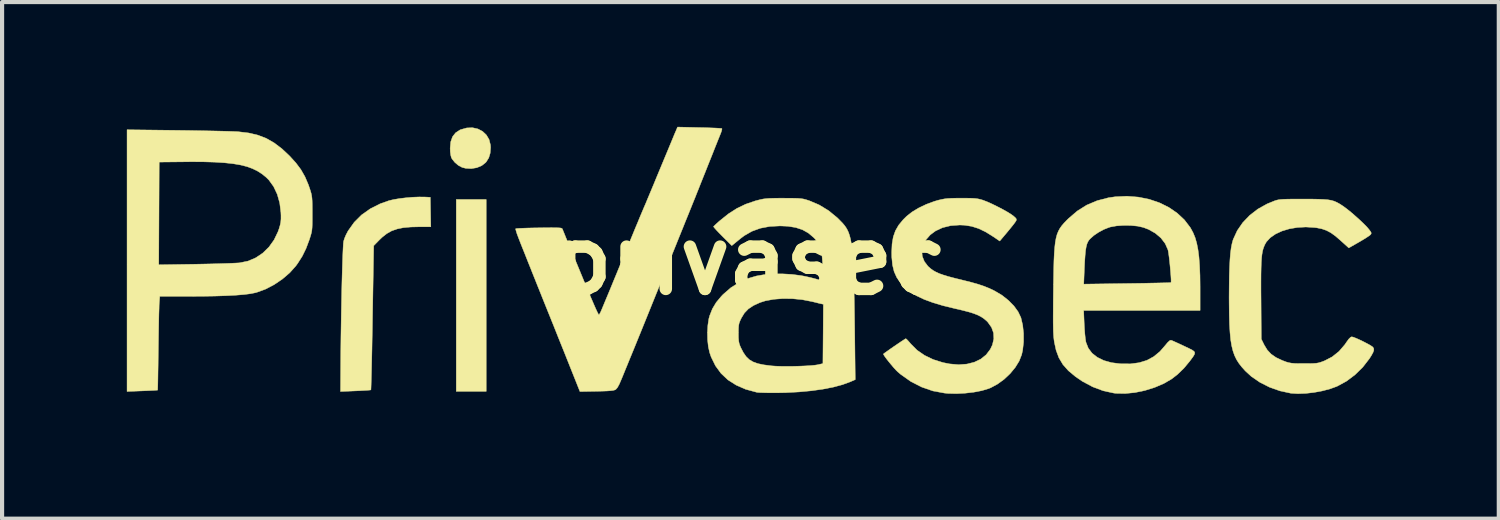
<source format=kicad_pcb>
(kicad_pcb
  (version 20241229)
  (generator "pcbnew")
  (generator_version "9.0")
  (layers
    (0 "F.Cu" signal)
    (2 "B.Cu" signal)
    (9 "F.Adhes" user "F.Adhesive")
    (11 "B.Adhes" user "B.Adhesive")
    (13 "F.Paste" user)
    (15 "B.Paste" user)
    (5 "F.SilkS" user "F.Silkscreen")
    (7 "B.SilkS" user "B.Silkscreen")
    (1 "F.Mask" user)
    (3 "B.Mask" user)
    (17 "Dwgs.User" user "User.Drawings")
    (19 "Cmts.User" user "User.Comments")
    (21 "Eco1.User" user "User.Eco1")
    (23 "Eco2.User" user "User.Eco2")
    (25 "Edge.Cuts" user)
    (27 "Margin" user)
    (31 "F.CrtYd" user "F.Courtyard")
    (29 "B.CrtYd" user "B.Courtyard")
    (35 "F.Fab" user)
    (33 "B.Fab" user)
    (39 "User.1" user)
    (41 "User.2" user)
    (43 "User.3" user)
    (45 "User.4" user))
  (footprint "privasec"
    (layer "F.Cu")
    (at 14.991 3.207)
    (property "Reference" "privasec" (at 0 0 0) (layer "F.SilkS") (effects (font (size 1.524 1.524) (thickness 0.3))))
    (attr through_hole)
    (fp_poly (pts (xy -6.35 3.154) (xy -7.07 3.154) (xy -7.07 -1.46) (xy -6.35 -1.46) (xy -6.35 3.154)) (stroke (width 0.01) (type solid)) (fill yes) (layer "F.SilkS"))
    (fp_poly (pts (xy -6.55 -3.157) (xy -6.437 -3.098) (xy -6.346 -3.012) (xy -6.281 -2.902) (xy -6.248 -2.771) (xy -6.244 -2.71) (xy -6.255 -2.573) (xy -6.288 -2.463) (xy -6.347 -2.368) (xy -6.364 -2.348) (xy -6.458 -2.274) (xy -6.576 -2.225) (xy -6.708 -2.203) (xy -6.842 -2.21) (xy -6.929 -2.232) (xy -7.02 -2.281) (xy -7.105 -2.353) (xy -7.171 -2.436) (xy -7.189 -2.471) (xy -7.203 -2.527) (xy -7.214 -2.608) (xy -7.217 -2.693) (xy -7.203 -2.846) (xy -7.16 -2.969) (xy -7.087 -3.063) (xy -6.984 -3.131) (xy -6.964 -3.14) (xy -6.818 -3.181) (xy -6.678 -3.186) (xy -6.55 -3.157)) (stroke (width 0.01) (type solid)) (fill yes) (layer "F.SilkS"))
    (fp_poly (pts (xy -7.832 -1.52) (xy -7.694 -1.513) (xy -7.688 -1.159) (xy -7.682 -0.804) (xy -7.949 -0.804) (xy -8.162 -0.799) (xy -8.341 -0.783) (xy -8.492 -0.752) (xy -8.623 -0.706) (xy -8.739 -0.641) (xy -8.848 -0.556) (xy -8.917 -0.49) (xy -9.055 -0.349) (xy -9.084 1.379) (xy -9.088 1.646) (xy -9.093 1.9) (xy -9.097 2.139) (xy -9.102 2.359) (xy -9.106 2.558) (xy -9.11 2.731) (xy -9.114 2.876) (xy -9.117 2.99) (xy -9.12 3.07) (xy -9.122 3.112) (xy -9.123 3.118) (xy -9.146 3.122) (xy -9.205 3.127) (xy -9.292 3.132) (xy -9.4 3.138) (xy -9.493 3.142) (xy -9.853 3.157) (xy -9.848 2.377) (xy -9.846 2.121) (xy -9.843 1.858) (xy -9.839 1.592) (xy -9.835 1.328) (xy -9.83 1.067) (xy -9.825 0.816) (xy -9.82 0.576) (xy -9.814 0.352) (xy -9.808 0.148) (xy -9.802 -0.033) (xy -9.796 -0.187) (xy -9.79 -0.311) (xy -9.785 -0.4) (xy -9.779 -0.45) (xy -9.779 -0.454) (xy -9.757 -0.525) (xy -9.72 -0.612) (xy -9.674 -0.7) (xy -9.669 -0.708) (xy -9.524 -0.912) (xy -9.347 -1.089) (xy -9.138 -1.237) (xy -8.898 -1.358) (xy -8.689 -1.432) (xy -8.579 -1.458) (xy -8.439 -1.482) (xy -8.281 -1.501) (xy -8.119 -1.515) (xy -7.965 -1.521) (xy -7.832 -1.52)) (stroke (width 0.01) (type solid)) (fill yes) (layer "F.SilkS"))
    (fp_poly (pts (xy -13.774 -3.123) (xy -13.543 -3.12) (xy -13.317 -3.116) (xy -13.101 -3.112) (xy -12.901 -3.108) (xy -12.721 -3.104) (xy -12.565 -3.1) (xy -12.44 -3.096) (xy -12.349 -3.092) (xy -12.314 -3.09) (xy -12.063 -3.06) (xy -11.841 -3.008) (xy -11.638 -2.93) (xy -11.448 -2.821) (xy -11.262 -2.68) (xy -11.081 -2.51) (xy -10.927 -2.341) (xy -10.805 -2.178) (xy -10.708 -2.008) (xy -10.628 -1.82) (xy -10.602 -1.746) (xy -10.578 -1.673) (xy -10.56 -1.612) (xy -10.548 -1.556) (xy -10.54 -1.497) (xy -10.535 -1.425) (xy -10.533 -1.333) (xy -10.532 -1.212) (xy -10.532 -1.122) (xy -10.532 -0.979) (xy -10.533 -0.871) (xy -10.536 -0.788) (xy -10.542 -0.722) (xy -10.552 -0.665) (xy -10.567 -0.609) (xy -10.587 -0.544) (xy -10.602 -0.497) (xy -10.682 -0.283) (xy -10.773 -0.097) (xy -10.883 0.076) (xy -10.928 0.138) (xy -11.074 0.301) (xy -11.251 0.453) (xy -11.449 0.587) (xy -11.658 0.696) (xy -11.866 0.772) (xy -11.898 0.781) (xy -12.017 0.805) (xy -12.175 0.825) (xy -12.37 0.841) (xy -12.605 0.853) (xy -12.879 0.862) (xy -13.195 0.867) (xy -13.476 0.868) (xy -14.199 0.868) (xy -14.211 1.021) (xy -14.214 1.074) (xy -14.216 1.165) (xy -14.22 1.287) (xy -14.223 1.436) (xy -14.226 1.608) (xy -14.229 1.796) (xy -14.232 1.996) (xy -14.234 2.147) (xy -14.237 2.346) (xy -14.239 2.531) (xy -14.242 2.698) (xy -14.244 2.843) (xy -14.246 2.963) (xy -14.248 3.052) (xy -14.25 3.107) (xy -14.251 3.123) (xy -14.273 3.125) (xy -14.33 3.129) (xy -14.415 3.133) (xy -14.522 3.138) (xy -14.621 3.142) (xy -14.986 3.156) (xy -14.986 0.11) (xy -14.224 0.11) (xy -13.34 0.096) (xy -13.143 0.092) (xy -12.952 0.088) (xy -12.773 0.083) (xy -12.612 0.078) (xy -12.475 0.073) (xy -12.366 0.068) (xy -12.293 0.064) (xy -12.277 0.062) (xy -12.077 0.021) (xy -11.89 -0.059) (xy -11.721 -0.173) (xy -11.573 -0.318) (xy -11.45 -0.49) (xy -11.356 -0.686) (xy -11.331 -0.756) (xy -11.305 -0.845) (xy -11.29 -0.918) (xy -11.284 -0.992) (xy -11.284 -1.081) (xy -11.287 -1.149) (xy -11.315 -1.376) (xy -11.374 -1.585) (xy -11.461 -1.77) (xy -11.574 -1.927) (xy -11.641 -1.994) (xy -11.741 -2.075) (xy -11.849 -2.144) (xy -11.969 -2.203) (xy -12.104 -2.252) (xy -12.259 -2.291) (xy -12.436 -2.321) (xy -12.639 -2.343) (xy -12.872 -2.358) (xy -13.138 -2.366) (xy -13.441 -2.368) (xy -13.61 -2.366) (xy -14.213 -2.36) (xy -14.224 0.11) (xy -14.986 0.11) (xy -14.986 -3.137) (xy -13.774 -3.123)) (stroke (width 0.01) (type solid)) (fill yes) (layer "F.SilkS"))
    (fp_poly (pts (xy 13.505 -1.47) (xy 13.66 -1.467) (xy 13.785 -1.462) (xy 13.885 -1.454) (xy 13.968 -1.44) (xy 14.038 -1.42) (xy 14.102 -1.392) (xy 14.166 -1.357) (xy 14.236 -1.312) (xy 14.263 -1.294) (xy 14.345 -1.233) (xy 14.442 -1.155) (xy 14.547 -1.064) (xy 14.652 -0.97) (xy 14.747 -0.88) (xy 14.825 -0.801) (xy 14.875 -0.742) (xy 14.915 -0.689) (xy 14.931 -0.656) (xy 14.926 -0.632) (xy 14.91 -0.611) (xy 14.878 -0.586) (xy 14.818 -0.546) (xy 14.738 -0.496) (xy 14.645 -0.441) (xy 14.633 -0.434) (xy 14.391 -0.296) (xy 14.196 -0.472) (xy 14.07 -0.581) (xy 13.959 -0.661) (xy 13.853 -0.717) (xy 13.743 -0.755) (xy 13.619 -0.78) (xy 13.571 -0.786) (xy 13.359 -0.799) (xy 13.155 -0.788) (xy 12.961 -0.755) (xy 12.785 -0.702) (xy 12.631 -0.631) (xy 12.504 -0.543) (xy 12.41 -0.441) (xy 12.371 -0.373) (xy 12.349 -0.321) (xy 12.33 -0.267) (xy 12.315 -0.206) (xy 12.303 -0.134) (xy 12.294 -0.048) (xy 12.287 0.057) (xy 12.283 0.184) (xy 12.28 0.338) (xy 12.279 0.523) (xy 12.279 0.743) (xy 12.281 0.966) (xy 12.287 1.895) (xy 12.357 2.037) (xy 12.43 2.157) (xy 12.522 2.256) (xy 12.641 2.339) (xy 12.792 2.41) (xy 12.89 2.447) (xy 12.948 2.463) (xy 13.011 2.475) (xy 13.09 2.482) (xy 13.193 2.485) (xy 13.324 2.485) (xy 13.449 2.485) (xy 13.54 2.482) (xy 13.61 2.477) (xy 13.666 2.467) (xy 13.721 2.451) (xy 13.783 2.428) (xy 13.811 2.417) (xy 13.992 2.323) (xy 14.156 2.192) (xy 14.297 2.028) (xy 14.329 1.98) (xy 14.389 1.897) (xy 14.435 1.852) (xy 14.462 1.841) (xy 14.502 1.851) (xy 14.569 1.877) (xy 14.652 1.914) (xy 14.743 1.958) (xy 14.83 2.003) (xy 14.905 2.044) (xy 14.956 2.078) (xy 14.971 2.09) (xy 14.991 2.124) (xy 14.993 2.164) (xy 14.974 2.218) (xy 14.933 2.293) (xy 14.885 2.368) (xy 14.727 2.572) (xy 14.54 2.755) (xy 14.333 2.91) (xy 14.112 3.03) (xy 14.106 3.033) (xy 13.944 3.092) (xy 13.756 3.142) (xy 13.556 3.179) (xy 13.356 3.202) (xy 13.168 3.209) (xy 13.004 3.199) (xy 12.996 3.198) (xy 12.736 3.142) (xy 12.487 3.054) (xy 12.255 2.937) (xy 12.048 2.795) (xy 11.903 2.662) (xy 11.822 2.572) (xy 11.752 2.483) (xy 11.693 2.391) (xy 11.645 2.292) (xy 11.606 2.181) (xy 11.575 2.055) (xy 11.551 1.91) (xy 11.535 1.74) (xy 11.523 1.543) (xy 11.517 1.314) (xy 11.514 1.049) (xy 11.513 0.896) (xy 11.515 0.613) (xy 11.518 0.369) (xy 11.525 0.16) (xy 11.534 -0.017) (xy 11.546 -0.166) (xy 11.562 -0.29) (xy 11.582 -0.394) (xy 11.605 -0.48) (xy 11.613 -0.503) (xy 11.709 -0.712) (xy 11.842 -0.905) (xy 12.009 -1.079) (xy 12.204 -1.23) (xy 12.426 -1.354) (xy 12.615 -1.431) (xy 12.654 -1.443) (xy 12.697 -1.453) (xy 12.748 -1.46) (xy 12.814 -1.465) (xy 12.9 -1.468) (xy 13.013 -1.47) (xy 13.157 -1.47) (xy 13.314 -1.47) (xy 13.505 -1.47)) (stroke (width 0.01) (type solid)) (fill yes) (layer "F.SilkS"))
    (fp_poly (pts (xy 9.329 -1.518) (xy 9.59 -1.466) (xy 9.835 -1.383) (xy 10.061 -1.272) (xy 10.263 -1.134) (xy 10.438 -0.971) (xy 10.58 -0.785) (xy 10.592 -0.764) (xy 10.649 -0.658) (xy 10.697 -0.54) (xy 10.735 -0.407) (xy 10.765 -0.254) (xy 10.788 -0.077) (xy 10.803 0.129) (xy 10.813 0.367) (xy 10.816 0.642) (xy 10.816 0.693) (xy 10.816 1.206) (xy 8.016 1.206) (xy 8.029 1.529) (xy 8.036 1.654) (xy 8.045 1.774) (xy 8.056 1.879) (xy 8.068 1.957) (xy 8.072 1.975) (xy 8.127 2.115) (xy 8.218 2.236) (xy 8.343 2.334) (xy 8.499 2.411) (xy 8.685 2.463) (xy 8.898 2.49) (xy 8.901 2.49) (xy 9.14 2.492) (xy 9.351 2.464) (xy 9.537 2.407) (xy 9.702 2.317) (xy 9.85 2.195) (xy 9.964 2.064) (xy 10.034 1.98) (xy 10.085 1.933) (xy 10.114 1.923) (xy 10.145 1.934) (xy 10.206 1.961) (xy 10.29 1.999) (xy 10.389 2.045) (xy 10.431 2.065) (xy 10.545 2.119) (xy 10.624 2.159) (xy 10.671 2.192) (xy 10.688 2.226) (xy 10.678 2.267) (xy 10.644 2.323) (xy 10.587 2.4) (xy 10.56 2.436) (xy 10.425 2.598) (xy 10.271 2.747) (xy 10.132 2.855) (xy 9.941 2.966) (xy 9.723 3.059) (xy 9.489 3.132) (xy 9.249 3.182) (xy 9.014 3.205) (xy 8.795 3.201) (xy 8.743 3.195) (xy 8.488 3.14) (xy 8.234 3.045) (xy 7.983 2.911) (xy 7.817 2.797) (xy 7.649 2.657) (xy 7.518 2.509) (xy 7.421 2.347) (xy 7.353 2.164) (xy 7.311 1.97) (xy 7.303 1.913) (xy 7.296 1.853) (xy 7.291 1.785) (xy 7.287 1.706) (xy 7.285 1.611) (xy 7.283 1.496) (xy 7.283 1.356) (xy 7.284 1.186) (xy 7.285 0.983) (xy 7.288 0.742) (xy 7.29 0.575) (xy 8.018 0.575) (xy 9.062 0.56) (xy 9.268 0.557) (xy 9.461 0.554) (xy 9.637 0.55) (xy 9.792 0.547) (xy 9.921 0.544) (xy 10.02 0.542) (xy 10.086 0.539) (xy 10.115 0.537) (xy 10.116 0.537) (xy 10.119 0.513) (xy 10.118 0.454) (xy 10.113 0.37) (xy 10.105 0.268) (xy 10.095 0.156) (xy 10.084 0.043) (xy 10.072 -0.063) (xy 10.06 -0.154) (xy 10.049 -0.223) (xy 10.042 -0.253) (xy 9.976 -0.401) (xy 9.874 -0.535) (xy 9.74 -0.649) (xy 9.577 -0.741) (xy 9.451 -0.789) (xy 9.312 -0.82) (xy 9.148 -0.836) (xy 8.974 -0.838) (xy 8.806 -0.826) (xy 8.658 -0.799) (xy 8.622 -0.788) (xy 8.498 -0.739) (xy 8.373 -0.671) (xy 8.259 -0.594) (xy 8.169 -0.513) (xy 8.146 -0.487) (xy 8.118 -0.444) (xy 8.095 -0.391) (xy 8.077 -0.322) (xy 8.062 -0.233) (xy 8.051 -0.117) (xy 8.041 0.031) (xy 8.032 0.215) (xy 8.032 0.219) (xy 8.018 0.575) (xy 7.29 0.575) (xy 7.292 0.463) (xy 7.296 0.223) (xy 7.301 0.017) (xy 7.309 -0.157) (xy 7.32 -0.305) (xy 7.334 -0.429) (xy 7.353 -0.533) (xy 7.377 -0.622) (xy 7.408 -0.698) (xy 7.445 -0.766) (xy 7.49 -0.83) (xy 7.544 -0.893) (xy 7.607 -0.959) (xy 7.654 -1.005) (xy 7.863 -1.184) (xy 8.091 -1.327) (xy 8.341 -1.432) (xy 8.612 -1.502) (xy 8.777 -1.526) (xy 9.057 -1.539) (xy 9.329 -1.518)) (stroke (width 0.01) (type solid)) (fill yes) (layer "F.SilkS"))
    (fp_poly (pts (xy 5.219 -1.492) (xy 5.324 -1.49) (xy 5.403 -1.485) (xy 5.467 -1.477) (xy 5.523 -1.465) (xy 5.579 -1.449) (xy 5.599 -1.442) (xy 5.696 -1.405) (xy 5.812 -1.353) (xy 5.938 -1.291) (xy 6.064 -1.226) (xy 6.178 -1.162) (xy 6.271 -1.104) (xy 6.324 -1.066) (xy 6.375 -1.021) (xy 6.397 -0.991) (xy 6.397 -0.964) (xy 6.389 -0.946) (xy 6.363 -0.906) (xy 6.312 -0.839) (xy 6.24 -0.75) (xy 6.15 -0.641) (xy 6.052 -0.525) (xy 5.998 -0.461) (xy 5.853 -0.56) (xy 5.666 -0.677) (xy 5.493 -0.761) (xy 5.324 -0.815) (xy 5.152 -0.842) (xy 5.037 -0.847) (xy 4.817 -0.831) (xy 4.622 -0.783) (xy 4.453 -0.704) (xy 4.328 -0.611) (xy 4.221 -0.489) (xy 4.154 -0.36) (xy 4.125 -0.227) (xy 4.135 -0.096) (xy 4.185 0.03) (xy 4.273 0.146) (xy 4.337 0.203) (xy 4.397 0.246) (xy 4.464 0.284) (xy 4.543 0.32) (xy 4.641 0.355) (xy 4.763 0.392) (xy 4.915 0.432) (xy 5.101 0.478) (xy 5.295 0.526) (xy 5.456 0.571) (xy 5.594 0.616) (xy 5.717 0.664) (xy 5.834 0.717) (xy 5.884 0.743) (xy 6.055 0.845) (xy 6.208 0.967) (xy 6.339 1.1) (xy 6.44 1.239) (xy 6.506 1.378) (xy 6.508 1.384) (xy 6.55 1.562) (xy 6.571 1.761) (xy 6.571 1.967) (xy 6.549 2.164) (xy 6.525 2.272) (xy 6.465 2.425) (xy 6.37 2.579) (xy 6.247 2.727) (xy 6.103 2.863) (xy 5.945 2.978) (xy 5.78 3.067) (xy 5.73 3.087) (xy 5.567 3.136) (xy 5.375 3.173) (xy 5.167 3.197) (xy 4.956 3.208) (xy 4.755 3.203) (xy 4.672 3.195) (xy 4.39 3.143) (xy 4.119 3.049) (xy 3.861 2.917) (xy 3.62 2.747) (xy 3.547 2.685) (xy 3.504 2.643) (xy 3.449 2.583) (xy 3.389 2.512) (xy 3.328 2.438) (xy 3.273 2.368) (xy 3.23 2.309) (xy 3.205 2.269) (xy 3.201 2.254) (xy 3.239 2.225) (xy 3.301 2.181) (xy 3.377 2.127) (xy 3.461 2.069) (xy 3.545 2.012) (xy 3.623 1.959) (xy 3.686 1.918) (xy 3.728 1.892) (xy 3.74 1.886) (xy 3.761 1.902) (xy 3.8 1.943) (xy 3.85 2.001) (xy 3.864 2.017) (xy 4.011 2.164) (xy 4.191 2.288) (xy 4.399 2.388) (xy 4.632 2.461) (xy 4.793 2.493) (xy 5.01 2.512) (xy 5.209 2.497) (xy 5.387 2.452) (xy 5.543 2.377) (xy 5.672 2.273) (xy 5.771 2.142) (xy 5.822 2.035) (xy 5.856 1.89) (xy 5.849 1.749) (xy 5.801 1.615) (xy 5.713 1.491) (xy 5.68 1.457) (xy 5.617 1.404) (xy 5.548 1.358) (xy 5.466 1.317) (xy 5.366 1.278) (xy 5.241 1.24) (xy 5.085 1.2) (xy 4.921 1.162) (xy 4.637 1.093) (xy 4.392 1.02) (xy 4.181 0.942) (xy 4.002 0.857) (xy 3.851 0.764) (xy 3.727 0.664) (xy 3.609 0.541) (xy 3.521 0.413) (xy 3.459 0.274) (xy 3.42 0.115) (xy 3.402 -0.072) (xy 3.4 -0.191) (xy 3.409 -0.391) (xy 3.438 -0.561) (xy 3.49 -0.709) (xy 3.568 -0.844) (xy 3.677 -0.976) (xy 3.759 -1.057) (xy 3.888 -1.159) (xy 4.048 -1.256) (xy 4.23 -1.343) (xy 4.421 -1.414) (xy 4.519 -1.443) (xy 4.597 -1.461) (xy 4.669 -1.475) (xy 4.745 -1.484) (xy 4.836 -1.489) (xy 4.949 -1.492) (xy 5.08 -1.492) (xy 5.219 -1.492)) (stroke (width 0.01) (type solid)) (fill yes) (layer "F.SilkS"))
    (fp_poly (pts (xy -1.222 -3.19) (xy -1.077 -3.187) (xy -0.946 -3.182) (xy -0.835 -3.178) (xy -0.75 -3.173) (xy -0.698 -3.169) (xy -0.682 -3.166) (xy -0.683 -3.141) (xy -0.697 -3.09) (xy -0.715 -3.042) (xy -0.737 -2.987) (xy -0.772 -2.901) (xy -0.815 -2.793) (xy -0.864 -2.671) (xy -0.911 -2.551) (xy -0.964 -2.419) (xy -1.016 -2.289) (xy -1.063 -2.17) (xy -1.102 -2.072) (xy -1.127 -2.011) (xy -1.163 -1.92) (xy -1.199 -1.831) (xy -1.226 -1.761) (xy -1.228 -1.757) (xy -1.244 -1.715) (xy -1.275 -1.64) (xy -1.316 -1.535) (xy -1.368 -1.407) (xy -1.427 -1.26) (xy -1.492 -1.099) (xy -1.556 -0.942) (xy -1.62 -0.782) (xy -1.679 -0.637) (xy -1.734 -0.501) (xy -1.787 -0.369) (xy -1.84 -0.238) (xy -1.895 -0.101) (xy -1.955 0.046) (xy -2.02 0.207) (xy -2.093 0.388) (xy -2.175 0.592) (xy -2.27 0.826) (xy -2.378 1.093) (xy -2.398 1.143) (xy -2.496 1.385) (xy -2.592 1.622) (xy -2.684 1.848) (xy -2.769 2.057) (xy -2.845 2.243) (xy -2.91 2.4) (xy -2.941 2.477) (xy -2.978 2.567) (xy -3.024 2.679) (xy -3.071 2.795) (xy -3.096 2.855) (xy -3.149 2.978) (xy -3.194 3.061) (xy -3.233 3.106) (xy -3.237 3.109) (xy -3.263 3.121) (xy -3.303 3.131) (xy -3.362 3.138) (xy -3.446 3.144) (xy -3.561 3.148) (xy -3.693 3.151) (xy -4.096 3.158) (xy -4.407 2.378) (xy -4.48 2.195) (xy -4.552 2.016) (xy -4.621 1.845) (xy -4.683 1.689) (xy -4.737 1.553) (xy -4.781 1.445) (xy -4.811 1.369) (xy -4.813 1.365) (xy -4.907 1.132) (xy -4.987 0.933) (xy -5.054 0.765) (xy -5.111 0.624) (xy -5.158 0.506) (xy -5.198 0.406) (xy -5.233 0.319) (xy -5.263 0.243) (xy -5.291 0.172) (xy -5.314 0.116) (xy -5.361 -0.002) (xy -5.417 -0.144) (xy -5.476 -0.29) (xy -5.53 -0.426) (xy -5.535 -0.44) (xy -5.576 -0.545) (xy -5.61 -0.636) (xy -5.632 -0.707) (xy -5.643 -0.749) (xy -5.642 -0.757) (xy -5.618 -0.762) (xy -5.557 -0.766) (xy -5.465 -0.77) (xy -5.348 -0.774) (xy -5.212 -0.777) (xy -5.078 -0.779) (xy -4.911 -0.781) (xy -4.782 -0.782) (xy -4.685 -0.781) (xy -4.616 -0.779) (xy -4.569 -0.776) (xy -4.54 -0.77) (xy -4.525 -0.761) (xy -4.517 -0.75) (xy -4.516 -0.747) (xy -4.5 -0.707) (xy -4.472 -0.638) (xy -4.436 -0.549) (xy -4.396 -0.452) (xy -4.355 -0.357) (xy -4.339 -0.318) (xy -4.319 -0.272) (xy -4.287 -0.194) (xy -4.243 -0.089) (xy -4.192 0.035) (xy -4.135 0.172) (xy -4.088 0.286) (xy -3.986 0.533) (xy -3.898 0.742) (xy -3.825 0.916) (xy -3.765 1.055) (xy -3.718 1.163) (xy -3.682 1.24) (xy -3.657 1.289) (xy -3.643 1.311) (xy -3.64 1.312) (xy -3.624 1.294) (xy -3.599 1.247) (xy -3.57 1.18) (xy -3.57 1.18) (xy -3.533 1.091) (xy -3.49 0.987) (xy -3.449 0.889) (xy -3.412 0.801) (xy -3.366 0.69) (xy -3.318 0.573) (xy -3.287 0.497) (xy -3.217 0.328) (xy -3.143 0.147) (xy -3.066 -0.041) (xy -2.988 -0.23) (xy -2.911 -0.417) (xy -2.837 -0.595) (xy -2.769 -0.761) (xy -2.707 -0.908) (xy -2.656 -1.033) (xy -2.615 -1.13) (xy -2.588 -1.194) (xy -2.583 -1.206) (xy -2.549 -1.286) (xy -2.513 -1.369) (xy -2.475 -1.461) (xy -2.431 -1.566) (xy -2.379 -1.69) (xy -2.318 -1.836) (xy -2.246 -2.011) (xy -2.16 -2.218) (xy -2.127 -2.297) (xy -2.058 -2.463) (xy -1.992 -2.621) (xy -1.932 -2.766) (xy -1.88 -2.891) (xy -1.838 -2.993) (xy -1.808 -3.065) (xy -1.793 -3.099) (xy -1.749 -3.202) (xy -1.222 -3.19)) (stroke (width 0.01) (type solid)) (fill yes) (layer "F.SilkS"))
    (fp_poly (pts (xy 0.952 -1.491) (xy 1.065 -1.49) (xy 1.151 -1.487) (xy 1.218 -1.481) (xy 1.274 -1.473) (xy 1.327 -1.46) (xy 1.384 -1.442) (xy 1.418 -1.431) (xy 1.656 -1.33) (xy 1.883 -1.192) (xy 2.094 -1.019) (xy 2.218 -0.893) (xy 2.261 -0.842) (xy 2.299 -0.79) (xy 2.332 -0.733) (xy 2.362 -0.669) (xy 2.387 -0.595) (xy 2.41 -0.508) (xy 2.429 -0.406) (xy 2.445 -0.285) (xy 2.459 -0.144) (xy 2.47 0.02) (xy 2.48 0.211) (xy 2.488 0.43) (xy 2.494 0.681) (xy 2.5 0.966) (xy 2.505 1.288) (xy 2.51 1.65) (xy 2.51 1.663) (xy 2.524 2.871) (xy 2.4 2.925) (xy 2.217 2.992) (xy 1.998 3.051) (xy 1.747 3.1) (xy 1.47 3.139) (xy 1.17 3.167) (xy 0.853 3.184) (xy 0.72 3.187) (xy 0.576 3.188) (xy 0.441 3.188) (xy 0.322 3.185) (xy 0.227 3.182) (xy 0.164 3.177) (xy 0.15 3.174) (xy -0.112 3.103) (xy -0.34 3.003) (xy -0.538 2.877) (xy -0.703 2.722) (xy -0.837 2.539) (xy -0.941 2.327) (xy -0.977 2.223) (xy -1.009 2.08) (xy -1.027 1.913) (xy -1.03 1.757) (xy -0.286 1.757) (xy -0.285 1.862) (xy -0.279 1.939) (xy -0.268 1.998) (xy -0.249 2.054) (xy -0.229 2.1) (xy -0.166 2.222) (xy -0.1 2.317) (xy -0.024 2.391) (xy 0.068 2.445) (xy 0.182 2.486) (xy 0.326 2.516) (xy 0.505 2.539) (xy 0.512 2.54) (xy 0.611 2.547) (xy 0.737 2.551) (xy 0.88 2.552) (xy 1.033 2.551) (xy 1.186 2.547) (xy 1.331 2.541) (xy 1.458 2.533) (xy 1.56 2.523) (xy 1.619 2.514) (xy 1.746 2.485) (xy 1.752 1.772) (xy 1.757 1.059) (xy 1.699 1.046) (xy 1.65 1.035) (xy 1.576 1.016) (xy 1.489 0.995) (xy 1.474 0.992) (xy 1.248 0.948) (xy 1.015 0.925) (xy 0.783 0.922) (xy 0.563 0.939) (xy 0.363 0.976) (xy 0.234 1.017) (xy 0.076 1.089) (xy -0.047 1.171) (xy -0.142 1.27) (xy -0.215 1.39) (xy -0.247 1.458) (xy -0.268 1.514) (xy -0.279 1.57) (xy -0.284 1.64) (xy -0.286 1.737) (xy -0.286 1.757) (xy -1.03 1.757) (xy -1.03 1.735) (xy -1.02 1.561) (xy -0.996 1.404) (xy -0.977 1.335) (xy -0.911 1.168) (xy -0.82 1.016) (xy -0.697 0.868) (xy -0.656 0.825) (xy -0.466 0.66) (xy -0.26 0.53) (xy -0.032 0.432) (xy 0.148 0.379) (xy 0.333 0.347) (xy 0.544 0.33) (xy 0.771 0.328) (xy 1.002 0.341) (xy 1.223 0.37) (xy 1.313 0.387) (xy 1.422 0.411) (xy 1.523 0.436) (xy 1.604 0.458) (xy 1.656 0.475) (xy 1.656 0.475) (xy 1.709 0.496) (xy 1.744 0.507) (xy 1.749 0.508) (xy 1.753 0.488) (xy 1.755 0.435) (xy 1.754 0.355) (xy 1.75 0.258) (xy 1.745 0.151) (xy 1.737 0.043) (xy 1.729 -0.058) (xy 1.72 -0.145) (xy 1.712 -0.2) (xy 1.689 -0.303) (xy 1.658 -0.383) (xy 1.609 -0.455) (xy 1.535 -0.535) (xy 1.525 -0.545) (xy 1.396 -0.654) (xy 1.253 -0.734) (xy 1.091 -0.787) (xy 0.903 -0.817) (xy 0.717 -0.825) (xy 0.465 -0.812) (xy 0.24 -0.769) (xy 0.039 -0.696) (xy -0.144 -0.591) (xy -0.224 -0.531) (xy -0.292 -0.476) (xy -0.353 -0.426) (xy -0.394 -0.392) (xy -0.445 -0.351) (xy -0.667 -0.572) (xy -0.745 -0.651) (xy -0.81 -0.719) (xy -0.857 -0.772) (xy -0.882 -0.803) (xy -0.884 -0.808) (xy -0.866 -0.828) (xy -0.824 -0.868) (xy -0.765 -0.922) (xy -0.73 -0.952) (xy -0.525 -1.116) (xy -0.322 -1.246) (xy -0.112 -1.347) (xy 0.118 -1.426) (xy 0.18 -1.442) (xy 0.25 -1.46) (xy 0.315 -1.473) (xy 0.382 -1.481) (xy 0.46 -1.487) (xy 0.558 -1.49) (xy 0.684 -1.492) (xy 0.804 -1.492) (xy 0.952 -1.491)) (stroke (width 0.01) (type solid)) (fill yes) (layer "F.SilkS")))
  (gr_rect
    (start -3 -3)
    (end 32.989 9.422)
    (stroke (width 0.1) (type default))
    (fill no)
    (layer "Edge.Cuts")))
</source>
